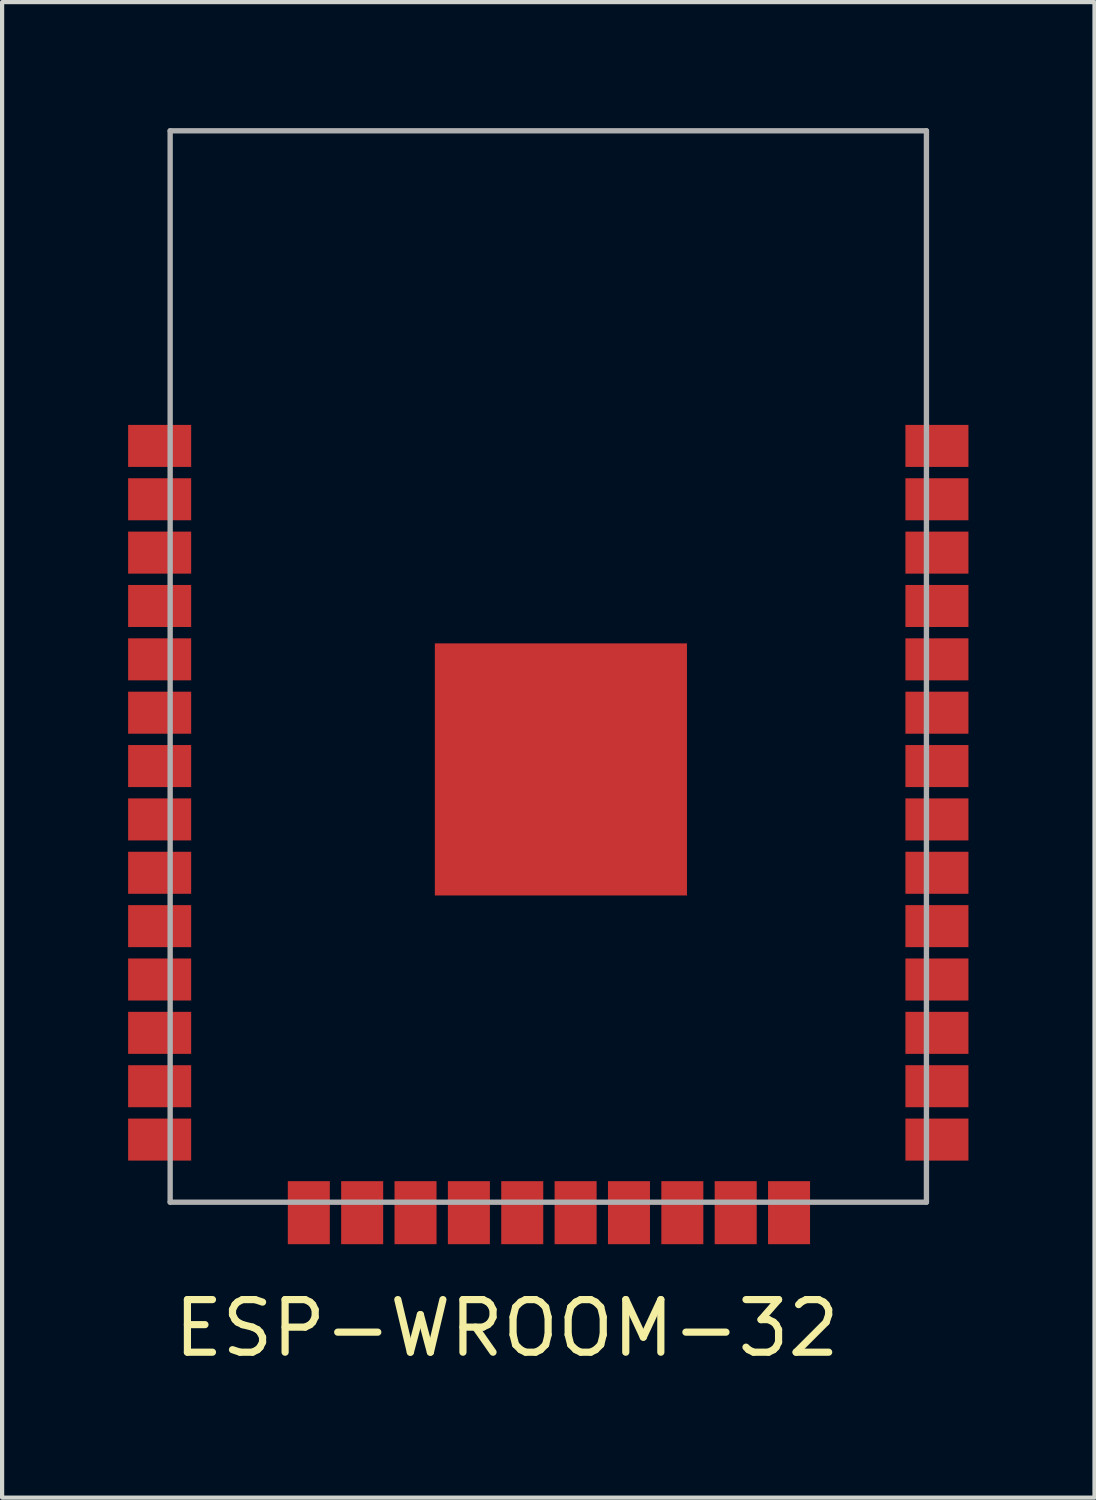
<source format=kicad_pcb>
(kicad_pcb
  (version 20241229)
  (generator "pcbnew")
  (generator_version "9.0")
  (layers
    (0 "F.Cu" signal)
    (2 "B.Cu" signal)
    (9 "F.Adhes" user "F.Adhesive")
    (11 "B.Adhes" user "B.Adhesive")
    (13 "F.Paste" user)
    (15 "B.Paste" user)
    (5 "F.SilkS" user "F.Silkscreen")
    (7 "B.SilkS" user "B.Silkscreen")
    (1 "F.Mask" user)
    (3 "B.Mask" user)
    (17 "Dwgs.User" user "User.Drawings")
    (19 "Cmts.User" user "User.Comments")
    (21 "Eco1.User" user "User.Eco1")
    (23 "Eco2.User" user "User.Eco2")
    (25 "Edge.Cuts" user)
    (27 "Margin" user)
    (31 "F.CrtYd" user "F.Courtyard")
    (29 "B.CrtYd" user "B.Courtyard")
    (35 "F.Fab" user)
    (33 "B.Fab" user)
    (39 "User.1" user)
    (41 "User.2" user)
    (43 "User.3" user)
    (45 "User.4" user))
  (footprint "ESP-WROOM-32"
    (layer "F.Cu")
    (at 10 14.563)
    (property "Reference" "ESP-WROOM-32" (at -9 14 0) (unlocked yes) (layer "F.SilkS") (effects (font (size 1.252 1.252) (thickness 0.171)) (justify left)))
    (fp_line (start -9 -14.5) (end 9 -14.5) (stroke (width 0.127) (type solid)) (layer "F.Fab"))
    (fp_line (start -9 11) (end -9 -14.5) (stroke (width 0.127) (type solid)) (layer "F.Fab"))
    (fp_line (start 9 -14.5) (end 9 11) (stroke (width 0.127) (type solid)) (layer "F.Fab"))
    (fp_line (start 9 11) (end -9 11) (stroke (width 0.127) (type solid)) (layer "F.Fab"))
    (pad "1" smd rect (at -9.25 -7) (size 1.5 1) (layers "F.Cu" "F.Mask" "F.Paste"))
    (pad "2" smd rect (at -9.25 -5.73) (size 1.5 1) (layers "F.Cu" "F.Mask" "F.Paste"))
    (pad "3" smd rect (at -9.25 -4.46) (size 1.5 1) (layers "F.Cu" "F.Mask" "F.Paste"))
    (pad "4" smd rect (at -9.25 -3.19) (size 1.5 1) (layers "F.Cu" "F.Mask" "F.Paste"))
    (pad "5" smd rect (at -9.25 -1.92) (size 1.5 1) (layers "F.Cu" "F.Mask" "F.Paste"))
    (pad "6" smd rect (at -9.25 -0.65) (size 1.5 1) (layers "F.Cu" "F.Mask" "F.Paste"))
    (pad "7" smd rect (at -9.25 0.62) (size 1.5 1) (layers "F.Cu" "F.Mask" "F.Paste"))
    (pad "8" smd rect (at -9.25 1.89) (size 1.5 1) (layers "F.Cu" "F.Mask" "F.Paste"))
    (pad "9" smd rect (at -9.25 3.16) (size 1.5 1) (layers "F.Cu" "F.Mask" "F.Paste"))
    (pad "10" smd rect (at -9.25 4.43) (size 1.5 1) (layers "F.Cu" "F.Mask" "F.Paste"))
    (pad "11" smd rect (at -9.25 5.7) (size 1.5 1) (layers "F.Cu" "F.Mask" "F.Paste"))
    (pad "12" smd rect (at -9.25 6.97) (size 1.5 1) (layers "F.Cu" "F.Mask" "F.Paste"))
    (pad "13" smd rect (at -9.25 8.24) (size 1.5 1) (layers "F.Cu" "F.Mask" "F.Paste"))
    (pad "14" smd rect (at -9.25 9.51) (size 1.5 1) (layers "F.Cu" "F.Mask" "F.Paste"))
    (pad "15" smd rect (at -5.7 11.25 90) (size 1.5 1) (layers "F.Cu" "F.Mask" "F.Paste"))
    (pad "16" smd rect (at -4.43 11.25 90) (size 1.5 1) (layers "F.Cu" "F.Mask" "F.Paste"))
    (pad "17" smd rect (at -3.16 11.25 90) (size 1.5 1) (layers "F.Cu" "F.Mask" "F.Paste"))
    (pad "18" smd rect (at -1.89 11.25 90) (size 1.5 1) (layers "F.Cu" "F.Mask" "F.Paste"))
    (pad "19" smd rect (at -0.62 11.25 90) (size 1.5 1) (layers "F.Cu" "F.Mask" "F.Paste"))
    (pad "20" smd rect (at 0.65 11.25 90) (size 1.5 1) (layers "F.Cu" "F.Mask" "F.Paste"))
    (pad "21" smd rect (at 1.92 11.25 90) (size 1.5 1) (layers "F.Cu" "F.Mask" "F.Paste"))
    (pad "22" smd rect (at 3.19 11.25 90) (size 1.5 1) (layers "F.Cu" "F.Mask" "F.Paste"))
    (pad "23" smd rect (at 4.46 11.25 90) (size 1.5 1) (layers "F.Cu" "F.Mask" "F.Paste"))
    (pad "24" smd rect (at 5.73 11.25 90) (size 1.5 1) (layers "F.Cu" "F.Mask" "F.Paste"))
    (pad "25" smd rect (at 9.25 9.51) (size 1.5 1) (layers "F.Cu" "F.Mask" "F.Paste"))
    (pad "26" smd rect (at 9.25 8.24) (size 1.5 1) (layers "F.Cu" "F.Mask" "F.Paste"))
    (pad "27" smd rect (at 9.25 6.97) (size 1.5 1) (layers "F.Cu" "F.Mask" "F.Paste"))
    (pad "28" smd rect (at 9.25 5.7) (size 1.5 1) (layers "F.Cu" "F.Mask" "F.Paste"))
    (pad "29" smd rect (at 9.25 4.43) (size 1.5 1) (layers "F.Cu" "F.Mask" "F.Paste"))
    (pad "30" smd rect (at 9.25 3.16) (size 1.5 1) (layers "F.Cu" "F.Mask" "F.Paste"))
    (pad "31" smd rect (at 9.25 1.89) (size 1.5 1) (layers "F.Cu" "F.Mask" "F.Paste"))
    (pad "32" smd rect (at 9.25 0.62) (size 1.5 1) (layers "F.Cu" "F.Mask" "F.Paste"))
    (pad "33" smd rect (at 9.25 -0.65) (size 1.5 1) (layers "F.Cu" "F.Mask" "F.Paste"))
    (pad "34" smd rect (at 9.25 -1.92) (size 1.5 1) (layers "F.Cu" "F.Mask" "F.Paste"))
    (pad "35" smd rect (at 9.25 -3.19) (size 1.5 1) (layers "F.Cu" "F.Mask" "F.Paste"))
    (pad "36" smd rect (at 9.25 -4.46) (size 1.5 1) (layers "F.Cu" "F.Mask" "F.Paste"))
    (pad "37" smd rect (at 9.25 -5.73) (size 1.5 1) (layers "F.Cu" "F.Mask" "F.Paste"))
    (pad "38" smd rect (at 9.25 -7) (size 1.5 1) (layers "F.Cu" "F.Mask" "F.Paste"))
    (pad "GND" smd rect (at 0.3 0.7) (size 6 6) (layers "F.Cu" "F.Mask" "F.Paste"))
    (zone (net_name "") (layer "F.Cu") (hatch edge 0.5) (connect_pads) (min_thickness 0.25) (filled_areas_thickness no) (keepout (tracks not_allowed) (vias not_allowed) (pads not_allowed) (copperpour not_allowed) (footprints allowed)) (placement (enabled no)) (fill) (polygon (pts (xy 1 6.064) (xy 19 6.064) (xy 19 0.064) (xy 1 0.064))))
    (zone (net_name "") (layer "B.Cu") (hatch edge 0.5) (connect_pads) (min_thickness 0.25) (filled_areas_thickness no) (keepout (tracks not_allowed) (vias not_allowed) (pads not_allowed) (copperpour not_allowed) (footprints allowed)) (placement (enabled no)) (fill) (polygon (pts (xy 1 6.064) (xy 19 6.064) (xy 19 0.064) (xy 1 0.064)))))
  (gr_rect
    (start -3 -3)
    (end 23 32.595)
    (stroke (width 0.1) (type default))
    (fill no)
    (layer "Edge.Cuts")))
</source>
